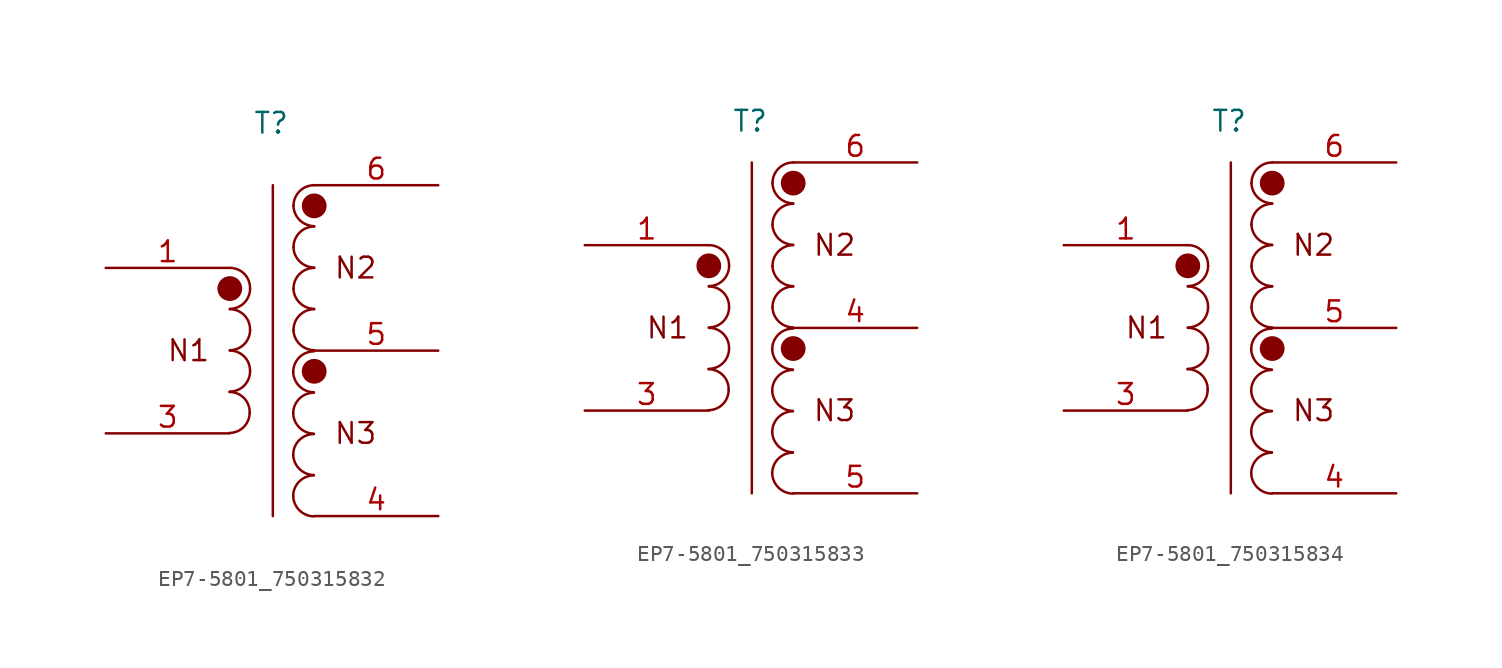
<source format=kicad_sym>
(kicad_symbol_lib
  (version 20220914)
  (generator kicad_symbol_editor)
  (symbol "EP7-5801_750315832"
    (pin_names hide)
    (property "Reference" "T"
      (at 0 12.7 0)
      (effects (font (size 1.27 1.27))))
    (property "Critical Parameter" ""
      (at 0 -5.08 0)
      (effects (font (size 1.27 1.27))))
    (symbol "EP7-5801_750315832_0_1"
      (arc (start -2.5654 -6.3246) (mid -1.6855 -5.9599) (end -1.3208 -5.08) (stroke (width 0) (type default)) (fill (type none)))
      (arc (start -2.54 -3.7846) (mid -1.6596 -3.4204) (end -1.2954 -2.54) (stroke (width 0) (type default)) (fill (type none)))
      (arc (start -2.54 -1.2446) (mid -1.6596 -0.8804) (end -1.2954 0) (stroke (width 0) (type default)) (fill (type none)))
      (arc (start -2.54 1.2954) (mid -1.6596 1.6596) (end -1.2954 2.54) (stroke (width 0) (type default)) (fill (type none)))
      (arc (start -1.3208 -5.08) (mid -1.6712 -4.1786) (end -2.5654 -3.81) (stroke (width 0) (type default)) (fill (type none)))
      (arc (start -1.2954 -2.54) (mid -1.6455 -1.6383) (end -2.54 -1.27) (stroke (width 0) (type default)) (fill (type none)))
      (arc (start -1.2954 0) (mid -1.6455 0.9017) (end -2.54 1.27) (stroke (width 0) (type default)) (fill (type none)))
      (arc (start -1.2954 2.54) (mid -1.6455 3.4417) (end -2.54 3.81) (stroke (width 0) (type default)) (fill (type none)))
      (polyline (pts (xy 0.102 8.89) (xy 0.102 -11.43)) (stroke (width 0) (type default)) (fill (type none)))
      (arc (start 1.3531 -10.2045) (mid 1.7392 -11.0808) (end 2.6231 -11.4491) (stroke (width 0) (type default)) (fill (type none)))
      (arc (start 1.3531 -7.6645) (mid 1.7392 -8.5408) (end 2.6231 -8.9091) (stroke (width 0) (type default)) (fill (type none)))
      (arc (start 1.3531 -5.1245) (mid 1.7392 -6.0008) (end 2.6231 -6.3691) (stroke (width 0) (type default)) (fill (type none)))
      (arc (start 1.3531 -2.5845) (mid 1.7392 -3.4608) (end 2.6231 -3.8291) (stroke (width 0) (type default)) (fill (type none)))
      (arc (start 1.3716 0) (mid 1.7577 -0.8763) (end 2.6416 -1.2446) (stroke (width 0) (type default)) (fill (type none)))
      (arc (start 1.3716 2.54) (mid 1.7577 1.6637) (end 2.6416 1.2954) (stroke (width 0) (type default)) (fill (type none)))
      (arc (start 1.3716 5.08) (mid 1.7577 4.2037) (end 2.6416 3.8354) (stroke (width 0) (type default)) (fill (type none)))
      (arc (start 1.3716 7.62) (mid 1.7577 6.7437) (end 2.6416 6.3754) (stroke (width 0) (type default)) (fill (type none)))
      (arc (start 2.6231 -8.9345) (mid 1.7252 -9.3066) (end 1.3531 -10.2045) (stroke (width 0) (type default)) (fill (type none)))
      (arc (start 2.6231 -6.3945) (mid 1.7252 -6.7666) (end 1.3531 -7.6645) (stroke (width 0) (type default)) (fill (type none)))
      (arc (start 2.6231 -3.8545) (mid 1.7252 -4.2266) (end 1.3531 -5.1245) (stroke (width 0) (type default)) (fill (type none)))
      (arc (start 2.6231 -1.3145) (mid 1.7252 -1.6866) (end 1.3531 -2.5845) (stroke (width 0) (type default)) (fill (type none)))
      (arc (start 2.6416 1.27) (mid 1.7436 0.898) (end 1.3716 0) (stroke (width 0) (type default)) (fill (type none)))
      (arc (start 2.6416 3.81) (mid 1.7436 3.438) (end 1.3716 2.54) (stroke (width 0) (type default)) (fill (type none)))
      (arc (start 2.6416 6.35) (mid 1.7436 5.978) (end 1.3716 5.08) (stroke (width 0) (type default)) (fill (type none)))
      (arc (start 2.6416 8.89) (mid 1.7436 8.518) (end 1.3716 7.62) (stroke (width 0) (type default)) (fill (type none))))
    (symbol "EP7-5801_750315832_1_1"
      (circle (center -2.54 2.54) (radius 0.0001) (stroke (width 0.762) (type default)) (fill (type none)))
      (circle (center 2.642 -2.54) (radius 0.0001) (stroke (width 0.762) (type default)) (fill (type none)))
      (circle (center 2.642 7.62) (radius 0.0001) (stroke (width 0.762) (type default)) (fill (type none)))
      (text "N1" (at -5.08 -1.27 0) (effects (font (size 1.27 1.27))))
      (text "N2" (at 5.182 3.81 0) (effects (font (size 1.27 1.27))))
      (text "N3" (at 5.182 -6.35 0) (effects (font (size 1.27 1.27))))
      (pin passive line (at -10.16 3.81 0) (length 7.62) (name "1" (effects (font (size 1.27 1.27)))) (number "1" (effects (font (size 1.27 1.27)))))
      (pin passive line (at -10.16 -6.35 0) (length 7.62) (name "3" (effects (font (size 1.27 1.27)))) (number "3" (effects (font (size 1.27 1.27)))))
      (pin passive line (at 10.262 -11.43 180) (length 7.62) (name "4" (effects (font (size 1.27 1.27)))) (number "4" (effects (font (size 1.27 1.27)))))
      (pin passive line (at 10.262 -1.27 180) (length 7.62) (name "5" (effects (font (size 1.27 1.27)))) (number "5" (effects (font (size 1.27 1.27)))))
      (pin passive line (at 10.262 8.89 180) (length 7.62) (name "6" (effects (font (size 1.27 1.27)))) (number "6" (effects (font (size 1.27 1.27)))))))
  (symbol "EP7-5801_750315833"
    (pin_names hide)
    (property "Reference" "T"
      (at 0 12.7 0)
      (effects (font (size 1.27 1.27))))
    (property "Critical Parameter" ""
      (at 0 -5.08 0)
      (effects (font (size 1.27 1.27))))
    (symbol "EP7-5801_750315833_0_1"
      (arc (start -2.5654 -5.0546) (mid -1.6855 -4.6899) (end -1.3208 -3.81) (stroke (width 0) (type default)) (fill (type none)))
      (arc (start -2.54 -2.5146) (mid -1.6596 -2.1504) (end -1.2954 -1.27) (stroke (width 0) (type default)) (fill (type none)))
      (arc (start -2.54 0.0254) (mid -1.6596 0.3896) (end -1.2954 1.27) (stroke (width 0) (type default)) (fill (type none)))
      (arc (start -2.54 2.5654) (mid -1.6596 2.9296) (end -1.2954 3.81) (stroke (width 0) (type default)) (fill (type none)))
      (arc (start -1.3208 -3.81) (mid -1.6712 -2.9086) (end -2.5654 -2.54) (stroke (width 0) (type default)) (fill (type none)))
      (arc (start -1.2954 -1.27) (mid -1.6455 -0.3683) (end -2.54 0) (stroke (width 0) (type default)) (fill (type none)))
      (arc (start -1.2954 1.27) (mid -1.6455 2.1717) (end -2.54 2.54) (stroke (width 0) (type default)) (fill (type none)))
      (arc (start -1.2954 3.81) (mid -1.6455 4.7117) (end -2.54 5.08) (stroke (width 0) (type default)) (fill (type none)))
      (polyline (pts (xy 0.102 10.16) (xy 0.102 -10.16)) (stroke (width 0) (type default)) (fill (type none)))
      (arc (start 1.3531 -8.9345) (mid 1.7392 -9.8108) (end 2.6231 -10.1791) (stroke (width 0) (type default)) (fill (type none)))
      (arc (start 1.3531 -6.3945) (mid 1.7392 -7.2708) (end 2.6231 -7.6391) (stroke (width 0) (type default)) (fill (type none)))
      (arc (start 1.3531 -3.8545) (mid 1.7392 -4.7308) (end 2.6231 -5.0991) (stroke (width 0) (type default)) (fill (type none)))
      (arc (start 1.3531 -1.3145) (mid 1.7392 -2.1908) (end 2.6231 -2.5591) (stroke (width 0) (type default)) (fill (type none)))
      (arc (start 1.3716 1.27) (mid 1.7577 0.3937) (end 2.6416 0.0254) (stroke (width 0) (type default)) (fill (type none)))
      (arc (start 1.3716 3.81) (mid 1.7577 2.9337) (end 2.6416 2.5654) (stroke (width 0) (type default)) (fill (type none)))
      (arc (start 1.3716 6.35) (mid 1.7577 5.4737) (end 2.6416 5.1054) (stroke (width 0) (type default)) (fill (type none)))
      (arc (start 1.3716 8.89) (mid 1.7577 8.0137) (end 2.6416 7.6454) (stroke (width 0) (type default)) (fill (type none)))
      (arc (start 2.6231 -7.6645) (mid 1.7252 -8.0366) (end 1.3531 -8.9345) (stroke (width 0) (type default)) (fill (type none)))
      (arc (start 2.6231 -5.1245) (mid 1.7252 -5.4966) (end 1.3531 -6.3945) (stroke (width 0) (type default)) (fill (type none)))
      (arc (start 2.6231 -2.5845) (mid 1.7252 -2.9566) (end 1.3531 -3.8545) (stroke (width 0) (type default)) (fill (type none)))
      (arc (start 2.6231 -0.0445) (mid 1.7252 -0.4166) (end 1.3531 -1.3145) (stroke (width 0) (type default)) (fill (type none)))
      (arc (start 2.6416 2.54) (mid 1.7436 2.168) (end 1.3716 1.27) (stroke (width 0) (type default)) (fill (type none)))
      (arc (start 2.6416 5.08) (mid 1.7436 4.708) (end 1.3716 3.81) (stroke (width 0) (type default)) (fill (type none)))
      (arc (start 2.6416 7.62) (mid 1.7436 7.248) (end 1.3716 6.35) (stroke (width 0) (type default)) (fill (type none)))
      (arc (start 2.6416 10.16) (mid 1.7436 9.788) (end 1.3716 8.89) (stroke (width 0) (type default)) (fill (type none))))
    (symbol "EP7-5801_750315833_1_1"
      (circle (center -2.54 3.81) (radius 0.0001) (stroke (width 0.762) (type default)) (fill (type none)))
      (circle (center 2.642 -1.27) (radius 0.0001) (stroke (width 0.762) (type default)) (fill (type none)))
      (circle (center 2.642 8.89) (radius 0.0001) (stroke (width 0.762) (type default)) (fill (type none)))
      (text "N1" (at -5.08 0 0) (effects (font (size 1.27 1.27))))
      (text "N2" (at 5.182 5.08 0) (effects (font (size 1.27 1.27))))
      (text "N3" (at 5.182 -5.08 0) (effects (font (size 1.27 1.27))))
      (pin passive line (at -10.16 5.08 0) (length 7.62) (name "1" (effects (font (size 1.27 1.27)))) (number "1" (effects (font (size 1.27 1.27)))))
      (pin passive line (at -10.16 -5.08 0) (length 7.62) (name "3" (effects (font (size 1.27 1.27)))) (number "3" (effects (font (size 1.27 1.27)))))
      (pin passive line (at 10.262 0 180) (length 7.62) (name "4" (effects (font (size 1.27 1.27)))) (number "4" (effects (font (size 1.27 1.27)))))
      (pin passive line (at 10.262 -10.16 180) (length 7.62) (name "5" (effects (font (size 1.27 1.27)))) (number "5" (effects (font (size 1.27 1.27)))))
      (pin passive line (at 10.262 10.16 180) (length 7.62) (name "6" (effects (font (size 1.27 1.27)))) (number "6" (effects (font (size 1.27 1.27)))))))
  (symbol "EP7-5801_750315834"
    (pin_names hide)
    (property "Reference" "T"
      (at 0 12.7 0)
      (effects (font (size 1.27 1.27))))
    (property "Critical Parameter" ""
      (at 0 -5.08 0)
      (effects (font (size 1.27 1.27))))
    (symbol "EP7-5801_750315834_0_1"
      (arc (start -2.5654 -5.0546) (mid -1.6855 -4.6899) (end -1.3208 -3.81) (stroke (width 0) (type default)) (fill (type none)))
      (arc (start -2.54 -2.5146) (mid -1.6596 -2.1504) (end -1.2954 -1.27) (stroke (width 0) (type default)) (fill (type none)))
      (arc (start -2.54 0.0254) (mid -1.6596 0.3896) (end -1.2954 1.27) (stroke (width 0) (type default)) (fill (type none)))
      (arc (start -2.54 2.5654) (mid -1.6596 2.9296) (end -1.2954 3.81) (stroke (width 0) (type default)) (fill (type none)))
      (arc (start -1.3208 -3.81) (mid -1.6712 -2.9086) (end -2.5654 -2.54) (stroke (width 0) (type default)) (fill (type none)))
      (arc (start -1.2954 -1.27) (mid -1.6455 -0.3683) (end -2.54 0) (stroke (width 0) (type default)) (fill (type none)))
      (arc (start -1.2954 1.27) (mid -1.6455 2.1717) (end -2.54 2.54) (stroke (width 0) (type default)) (fill (type none)))
      (arc (start -1.2954 3.81) (mid -1.6455 4.7117) (end -2.54 5.08) (stroke (width 0) (type default)) (fill (type none)))
      (polyline (pts (xy 0.102 10.16) (xy 0.102 -10.16)) (stroke (width 0) (type default)) (fill (type none)))
      (arc (start 1.3531 -8.9345) (mid 1.7392 -9.8108) (end 2.6231 -10.1791) (stroke (width 0) (type default)) (fill (type none)))
      (arc (start 1.3531 -6.3945) (mid 1.7392 -7.2708) (end 2.6231 -7.6391) (stroke (width 0) (type default)) (fill (type none)))
      (arc (start 1.3531 -3.8545) (mid 1.7392 -4.7308) (end 2.6231 -5.0991) (stroke (width 0) (type default)) (fill (type none)))
      (arc (start 1.3531 -1.3145) (mid 1.7392 -2.1908) (end 2.6231 -2.5591) (stroke (width 0) (type default)) (fill (type none)))
      (arc (start 1.3716 1.27) (mid 1.7577 0.3937) (end 2.6416 0.0254) (stroke (width 0) (type default)) (fill (type none)))
      (arc (start 1.3716 3.81) (mid 1.7577 2.9337) (end 2.6416 2.5654) (stroke (width 0) (type default)) (fill (type none)))
      (arc (start 1.3716 6.35) (mid 1.7577 5.4737) (end 2.6416 5.1054) (stroke (width 0) (type default)) (fill (type none)))
      (arc (start 1.3716 8.89) (mid 1.7577 8.0137) (end 2.6416 7.6454) (stroke (width 0) (type default)) (fill (type none)))
      (arc (start 2.6231 -7.6645) (mid 1.7252 -8.0366) (end 1.3531 -8.9345) (stroke (width 0) (type default)) (fill (type none)))
      (arc (start 2.6231 -5.1245) (mid 1.7252 -5.4966) (end 1.3531 -6.3945) (stroke (width 0) (type default)) (fill (type none)))
      (arc (start 2.6231 -2.5845) (mid 1.7252 -2.9566) (end 1.3531 -3.8545) (stroke (width 0) (type default)) (fill (type none)))
      (arc (start 2.6231 -0.0445) (mid 1.7252 -0.4166) (end 1.3531 -1.3145) (stroke (width 0) (type default)) (fill (type none)))
      (arc (start 2.6416 2.54) (mid 1.7436 2.168) (end 1.3716 1.27) (stroke (width 0) (type default)) (fill (type none)))
      (arc (start 2.6416 5.08) (mid 1.7436 4.708) (end 1.3716 3.81) (stroke (width 0) (type default)) (fill (type none)))
      (arc (start 2.6416 7.62) (mid 1.7436 7.248) (end 1.3716 6.35) (stroke (width 0) (type default)) (fill (type none)))
      (arc (start 2.6416 10.16) (mid 1.7436 9.788) (end 1.3716 8.89) (stroke (width 0) (type default)) (fill (type none))))
    (symbol "EP7-5801_750315834_1_1"
      (circle (center -2.54 3.81) (radius 0.0001) (stroke (width 0.762) (type default)) (fill (type none)))
      (circle (center 2.642 -1.27) (radius 0.0001) (stroke (width 0.762) (type default)) (fill (type none)))
      (circle (center 2.642 8.89) (radius 0.0001) (stroke (width 0.762) (type default)) (fill (type none)))
      (text "N1" (at -5.08 0 0) (effects (font (size 1.27 1.27))))
      (text "N2" (at 5.182 5.08 0) (effects (font (size 1.27 1.27))))
      (text "N3" (at 5.182 -5.08 0) (effects (font (size 1.27 1.27))))
      (pin passive line (at -10.16 5.08 0) (length 7.62) (name "1" (effects (font (size 1.27 1.27)))) (number "1" (effects (font (size 1.27 1.27)))))
      (pin passive line (at -10.16 -5.08 0) (length 7.62) (name "3" (effects (font (size 1.27 1.27)))) (number "3" (effects (font (size 1.27 1.27)))))
      (pin passive line (at 10.262 -10.16 180) (length 7.62) (name "4" (effects (font (size 1.27 1.27)))) (number "4" (effects (font (size 1.27 1.27)))))
      (pin passive line (at 10.262 0 180) (length 7.62) (name "5" (effects (font (size 1.27 1.27)))) (number "5" (effects (font (size 1.27 1.27)))))
      (pin passive line (at 10.262 10.16 180) (length 7.62) (name "6" (effects (font (size 1.27 1.27)))) (number "6" (effects (font (size 1.27 1.27))))))))
</source>
